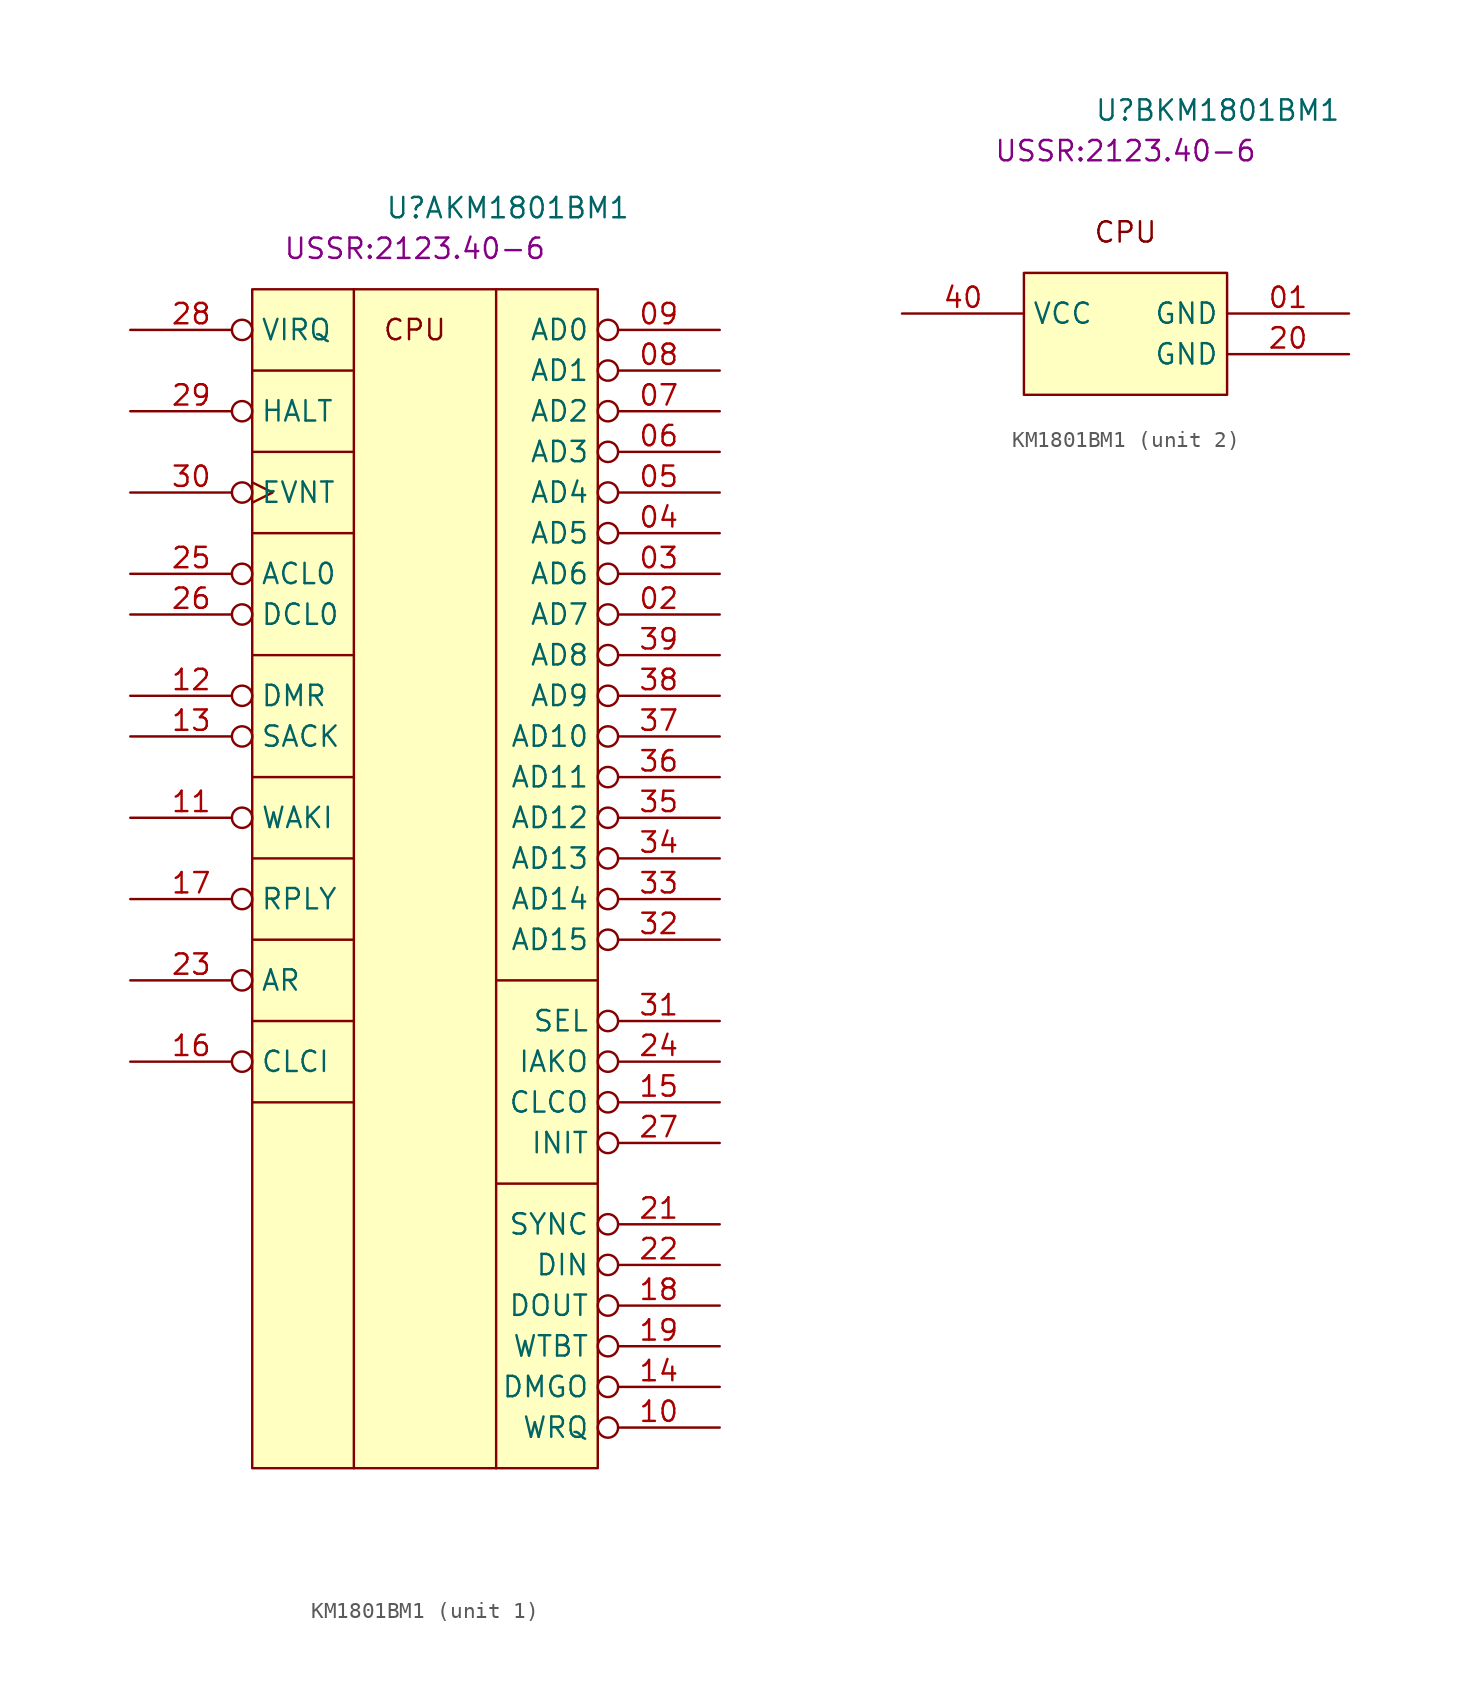
<source format=kicad_sym>
(kicad_symbol_lib
  (version 20220914)
  (generator kicad_symbol_editor)
  (symbol "КМ1801ВМ1"
    (property "Reference" "U"
      (at 0 0 0)
      (effects (font (size 1.27 1.27))))
    (property "Value" "КМ1801ВМ1"
      (at 7.62 0 0)
      (effects (font (size 1.27 1.27))))
    (property "Footprint" "USSR:2123.40-6"
      (at 0 -2.54 0)
      (effects (font (size 1.27 1.27))))
    (property "ki_locked" ""
      (at 0 0 0)
      (effects (font (size 1.27 1.27))))
    (symbol "КМ1801ВМ1_0_0"
      (text "CPU" (at 0 -7.62 0) (effects (font (size 1.27 1.27)))))
    (symbol "КМ1801ВМ1_1_1"
      (rectangle (start -10.16 -5.08) (end 11.43 -78.74) (stroke (width 0) (type default)) (fill (type background)))
      (polyline (pts (xy -10.16 -55.88) (xy -3.81 -55.88)) (stroke (width 0) (type default)) (fill (type none)))
      (polyline (pts (xy -10.16 -50.8) (xy -3.81 -50.8)) (stroke (width 0) (type default)) (fill (type none)))
      (polyline (pts (xy -10.16 -45.72) (xy -3.81 -45.72)) (stroke (width 0) (type default)) (fill (type none)))
      (polyline (pts (xy -10.16 -40.64) (xy -3.81 -40.64)) (stroke (width 0) (type default)) (fill (type none)))
      (polyline (pts (xy -10.16 -35.56) (xy -3.81 -35.56)) (stroke (width 0) (type default)) (fill (type none)))
      (polyline (pts (xy -10.16 -27.94) (xy -3.81 -27.94)) (stroke (width 0) (type default)) (fill (type none)))
      (polyline (pts (xy -10.16 -15.24) (xy -3.81 -15.24)) (stroke (width 0) (type default)) (fill (type none)))
      (polyline (pts (xy -10.16 -10.16) (xy -3.81 -10.16)) (stroke (width 0) (type default)) (fill (type none)))
      (polyline (pts (xy -3.81 -20.32) (xy -10.16 -20.32)) (stroke (width 0) (type default)) (fill (type none)))
      (polyline (pts (xy -3.81 -5.08) (xy -3.81 -78.74)) (stroke (width 0) (type default)) (fill (type none)))
      (polyline (pts (xy 5.08 -5.08) (xy 5.08 -78.74)) (stroke (width 0) (type default)) (fill (type none)))
      (polyline (pts (xy 11.43 -60.96) (xy 5.08 -60.96)) (stroke (width 0) (type default)) (fill (type none)))
      (polyline (pts (xy 11.43 -48.26) (xy 5.08 -48.26)) (stroke (width 0) (type default)) (fill (type none)))
      (pin input inverted (at 19.05 -25.4 180) (length 7.62) (name "AD7" (effects (font (size 1.27 1.27)))) (number "02" (effects (font (size 1.27 1.27)))))
      (pin input inverted (at 19.05 -22.86 180) (length 7.62) (name "AD6" (effects (font (size 1.27 1.27)))) (number "03" (effects (font (size 1.27 1.27)))))
      (pin input inverted (at 19.05 -20.32 180) (length 7.62) (name "AD5" (effects (font (size 1.27 1.27)))) (number "04" (effects (font (size 1.27 1.27)))))
      (pin input inverted (at 19.05 -17.78 180) (length 7.62) (name "AD4" (effects (font (size 1.27 1.27)))) (number "05" (effects (font (size 1.27 1.27)))))
      (pin input inverted (at 19.05 -15.24 180) (length 7.62) (name "AD3" (effects (font (size 1.27 1.27)))) (number "06" (effects (font (size 1.27 1.27)))))
      (pin input inverted (at 19.05 -12.7 180) (length 7.62) (name "AD2" (effects (font (size 1.27 1.27)))) (number "07" (effects (font (size 1.27 1.27)))))
      (pin input inverted (at 19.05 -10.16 180) (length 7.62) (name "AD1" (effects (font (size 1.27 1.27)))) (number "08" (effects (font (size 1.27 1.27)))))
      (pin input inverted (at 19.05 -7.62 180) (length 7.62) (name "AD0" (effects (font (size 1.27 1.27)))) (number "09" (effects (font (size 1.27 1.27)))))
      (pin input inverted (at 19.05 -76.2 180) (length 7.62) (name "WRQ" (effects (font (size 1.27 1.27)))) (number "10" (effects (font (size 1.27 1.27)))))
      (pin input inverted (at -17.78 -38.1 0) (length 7.62) (name "WAKI" (effects (font (size 1.27 1.27)))) (number "11" (effects (font (size 1.27 1.27)))))
      (pin input inverted (at -17.78 -30.48 0) (length 7.62) (name "DMR" (effects (font (size 1.27 1.27)))) (number "12" (effects (font (size 1.27 1.27)))))
      (pin input inverted (at -17.78 -33.02 0) (length 7.62) (name "SACK" (effects (font (size 1.27 1.27)))) (number "13" (effects (font (size 1.27 1.27)))))
      (pin input inverted (at 19.05 -73.66 180) (length 7.62) (name "DMGO" (effects (font (size 1.27 1.27)))) (number "14" (effects (font (size 1.27 1.27)))))
      (pin input inverted (at 19.05 -55.88 180) (length 7.62) (name "CLCO" (effects (font (size 1.27 1.27)))) (number "15" (effects (font (size 1.27 1.27)))))
      (pin input inverted (at -17.78 -53.34 0) (length 7.62) (name "CLCI" (effects (font (size 1.27 1.27)))) (number "16" (effects (font (size 1.27 1.27)))))
      (pin input inverted (at -17.78 -43.18 0) (length 7.62) (name "RPLY" (effects (font (size 1.27 1.27)))) (number "17" (effects (font (size 1.27 1.27)))))
      (pin input inverted (at 19.05 -68.58 180) (length 7.62) (name "DOUT" (effects (font (size 1.27 1.27)))) (number "18" (effects (font (size 1.27 1.27)))))
      (pin input inverted (at 19.05 -71.12 180) (length 7.62) (name "WTBT" (effects (font (size 1.27 1.27)))) (number "19" (effects (font (size 1.27 1.27)))))
      (pin input inverted (at 19.05 -63.5 180) (length 7.62) (name "SYNC" (effects (font (size 1.27 1.27)))) (number "21" (effects (font (size 1.27 1.27)))))
      (pin input inverted (at 19.05 -66.04 180) (length 7.62) (name "DIN" (effects (font (size 1.27 1.27)))) (number "22" (effects (font (size 1.27 1.27)))))
      (pin input inverted (at -17.78 -48.26 0) (length 7.62) (name "AR" (effects (font (size 1.27 1.27)))) (number "23" (effects (font (size 1.27 1.27)))))
      (pin input inverted (at 19.05 -53.34 180) (length 7.62) (name "IAKO" (effects (font (size 1.27 1.27)))) (number "24" (effects (font (size 1.27 1.27)))))
      (pin input inverted (at -17.78 -22.86 0) (length 7.62) (name "ACL0" (effects (font (size 1.27 1.27)))) (number "25" (effects (font (size 1.27 1.27)))))
      (pin input inverted (at -17.78 -25.4 0) (length 7.62) (name "DCL0" (effects (font (size 1.27 1.27)))) (number "26" (effects (font (size 1.27 1.27)))))
      (pin input inverted (at 19.05 -58.42 180) (length 7.62) (name "INIT" (effects (font (size 1.27 1.27)))) (number "27" (effects (font (size 1.27 1.27)))))
      (pin input inverted (at -17.78 -7.62 0) (length 7.62) (name "VIRQ" (effects (font (size 1.27 1.27)))) (number "28" (effects (font (size 1.27 1.27)))))
      (pin input inverted (at -17.78 -12.7 0) (length 7.62) (name "HALT" (effects (font (size 1.27 1.27)))) (number "29" (effects (font (size 1.27 1.27)))))
      (pin input inverted_clock (at -17.78 -17.78 0) (length 7.62) (name "EVNT" (effects (font (size 1.27 1.27)))) (number "30" (effects (font (size 1.27 1.27)))))
      (pin input inverted (at 19.05 -50.8 180) (length 7.62) (name "SEL" (effects (font (size 1.27 1.27)))) (number "31" (effects (font (size 1.27 1.27)))))
      (pin input inverted (at 19.05 -45.72 180) (length 7.62) (name "AD15" (effects (font (size 1.27 1.27)))) (number "32" (effects (font (size 1.27 1.27)))))
      (pin input inverted (at 19.05 -43.18 180) (length 7.62) (name "AD14" (effects (font (size 1.27 1.27)))) (number "33" (effects (font (size 1.27 1.27)))))
      (pin input inverted (at 19.05 -40.64 180) (length 7.62) (name "AD13" (effects (font (size 1.27 1.27)))) (number "34" (effects (font (size 1.27 1.27)))))
      (pin input inverted (at 19.05 -38.1 180) (length 7.62) (name "AD12" (effects (font (size 1.27 1.27)))) (number "35" (effects (font (size 1.27 1.27)))))
      (pin input inverted (at 19.05 -35.56 180) (length 7.62) (name "AD11" (effects (font (size 1.27 1.27)))) (number "36" (effects (font (size 1.27 1.27)))))
      (pin input inverted (at 19.05 -33.02 180) (length 7.62) (name "AD10" (effects (font (size 1.27 1.27)))) (number "37" (effects (font (size 1.27 1.27)))))
      (pin input inverted (at 19.05 -30.48 180) (length 7.62) (name "AD9" (effects (font (size 1.27 1.27)))) (number "38" (effects (font (size 1.27 1.27)))))
      (pin input inverted (at 19.05 -27.94 180) (length 7.62) (name "AD8" (effects (font (size 1.27 1.27)))) (number "39" (effects (font (size 1.27 1.27))))))
    (symbol "КМ1801ВМ1_2_1"
      (rectangle (start -6.35 -10.16) (end 6.35 -17.78) (stroke (width 0) (type default)) (fill (type background)))
      (pin power_in line (at 13.97 -12.7 180) (length 7.62) (name "GND" (effects (font (size 1.27 1.27)))) (number "01" (effects (font (size 1.27 1.27)))))
      (pin power_in line (at 13.97 -15.24 180) (length 7.62) (name "GND" (effects (font (size 1.27 1.27)))) (number "20" (effects (font (size 1.27 1.27)))))
      (pin power_in line (at -13.97 -12.7 0) (length 7.62) (name "VCC" (effects (font (size 1.27 1.27)))) (number "40" (effects (font (size 1.27 1.27))))))))
</source>
